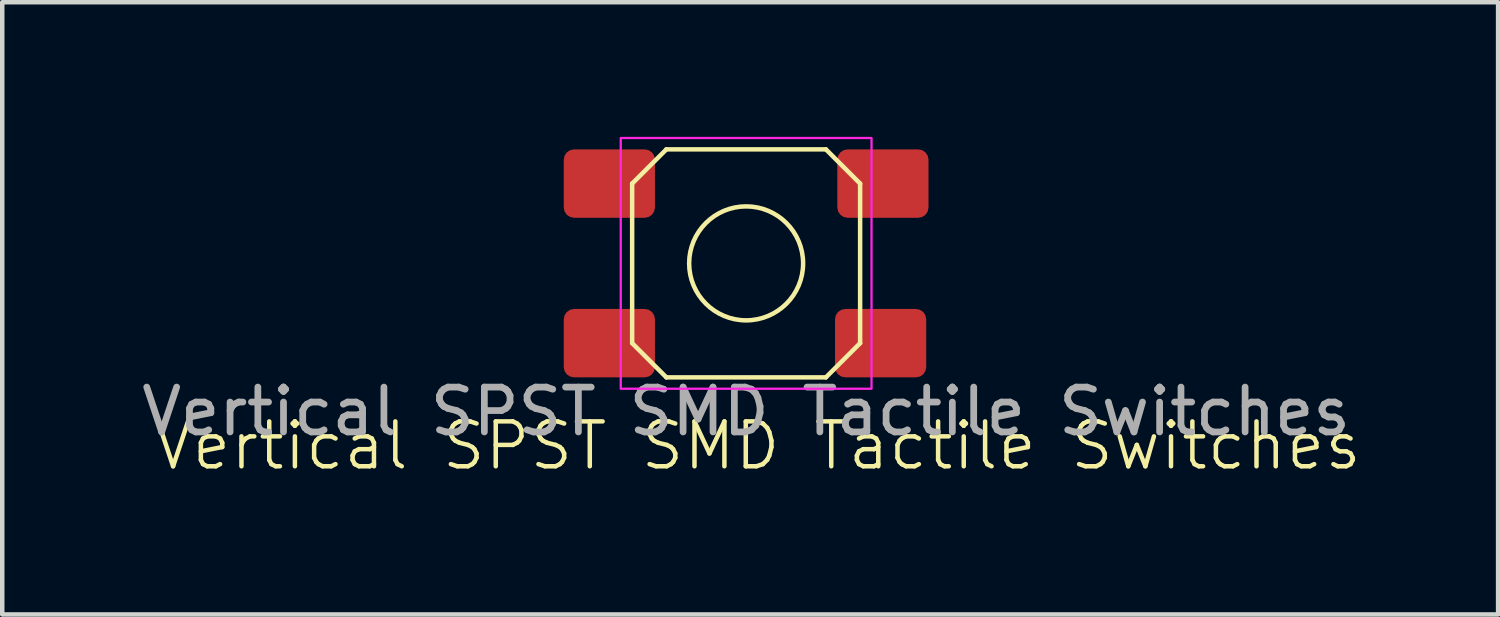
<source format=kicad_pcb>
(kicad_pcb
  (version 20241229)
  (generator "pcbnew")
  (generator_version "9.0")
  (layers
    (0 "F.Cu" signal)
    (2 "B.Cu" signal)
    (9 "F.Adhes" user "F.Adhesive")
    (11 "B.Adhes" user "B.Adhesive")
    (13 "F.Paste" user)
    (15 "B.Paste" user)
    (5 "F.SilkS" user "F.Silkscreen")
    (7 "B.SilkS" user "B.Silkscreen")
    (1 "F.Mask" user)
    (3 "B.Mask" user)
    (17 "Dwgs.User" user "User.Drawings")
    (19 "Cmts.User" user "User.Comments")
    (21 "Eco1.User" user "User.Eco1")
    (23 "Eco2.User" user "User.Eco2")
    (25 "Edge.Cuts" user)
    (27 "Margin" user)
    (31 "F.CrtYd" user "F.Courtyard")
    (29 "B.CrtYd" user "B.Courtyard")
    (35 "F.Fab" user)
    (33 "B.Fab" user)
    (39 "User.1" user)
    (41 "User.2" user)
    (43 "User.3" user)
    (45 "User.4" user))
  (footprint "Vertical SPST SMD Tactile Switches"
    (layer "F.Cu")
    (at 13.577 2.819)
    (property "Reference" "Vertical SPST SMD Tactile Switches" (at 0.254 4.064 0) (unlocked yes) (layer "F.SilkS") (effects (font (size 1 1) (thickness 0.1))))
    (attr smd)
    (fp_line (start -2.54 1.778) (end -2.54 -1.778) (stroke (width 0.1) (type default)) (layer "F.SilkS"))
    (fp_line (start -2.54 1.778) (end -1.778 2.54) (stroke (width 0.1) (type default)) (layer "F.SilkS"))
    (fp_line (start -1.778 -2.54) (end -2.54 -1.778) (stroke (width 0.1) (type default)) (layer "F.SilkS"))
    (fp_line (start -1.778 -2.54) (end 1.778 -2.54) (stroke (width 0.1) (type default)) (layer "F.SilkS"))
    (fp_line (start 1.778 2.54) (end -1.778 2.54) (stroke (width 0.1) (type default)) (layer "F.SilkS"))
    (fp_line (start 1.778 2.54) (end 2.54 1.778) (stroke (width 0.1) (type default)) (layer "F.SilkS"))
    (fp_line (start 2.54 -1.778) (end 1.778 -2.54) (stroke (width 0.1) (type default)) (layer "F.SilkS"))
    (fp_line (start 2.54 1.778) (end 2.54 -1.778) (stroke (width 0.1) (type default)) (layer "F.SilkS"))
    (fp_circle (center 0 0) (end 1.27 0) (stroke (width 0.1) (type default)) (fill no) (layer "F.SilkS"))
    (fp_rect (start -2.794 -2.794) (end 2.794 2.794) (stroke (width 0.05) (type default)) (fill no) (layer "F.CrtYd"))
    (fp_text user "${REFERENCE}" (at 0 3.302 0) (unlocked yes) (layer "F.Fab") (effects (font (size 1 1) (thickness 0.15))))
    (pad "1" smd roundrect (at -3.048 -1.778) (size 2.032 1.524) (layers "F.Cu" "F.Mask" "F.Paste") (roundrect_rratio 0.15))
    (pad "2" smd roundrect (at 3.048 -1.778) (size 2.032 1.524) (layers "F.Cu" "F.Mask" "F.Paste") (roundrect_rratio 0.15))
    (pad "3" smd roundrect (at -3.048 1.778) (size 2.032 1.524) (layers "F.Cu" "F.Mask" "F.Paste") (roundrect_rratio 0.15))
    (pad "4" smd roundrect (at 2.997 1.778) (size 2.032 1.524) (layers "F.Cu" "F.Mask" "F.Paste") (roundrect_rratio 0.15)))
  (gr_rect
    (start -3 -3)
    (end 30.334 10.643)
    (stroke (width 0.1) (type default))
    (fill no)
    (layer "Edge.Cuts")))
</source>
